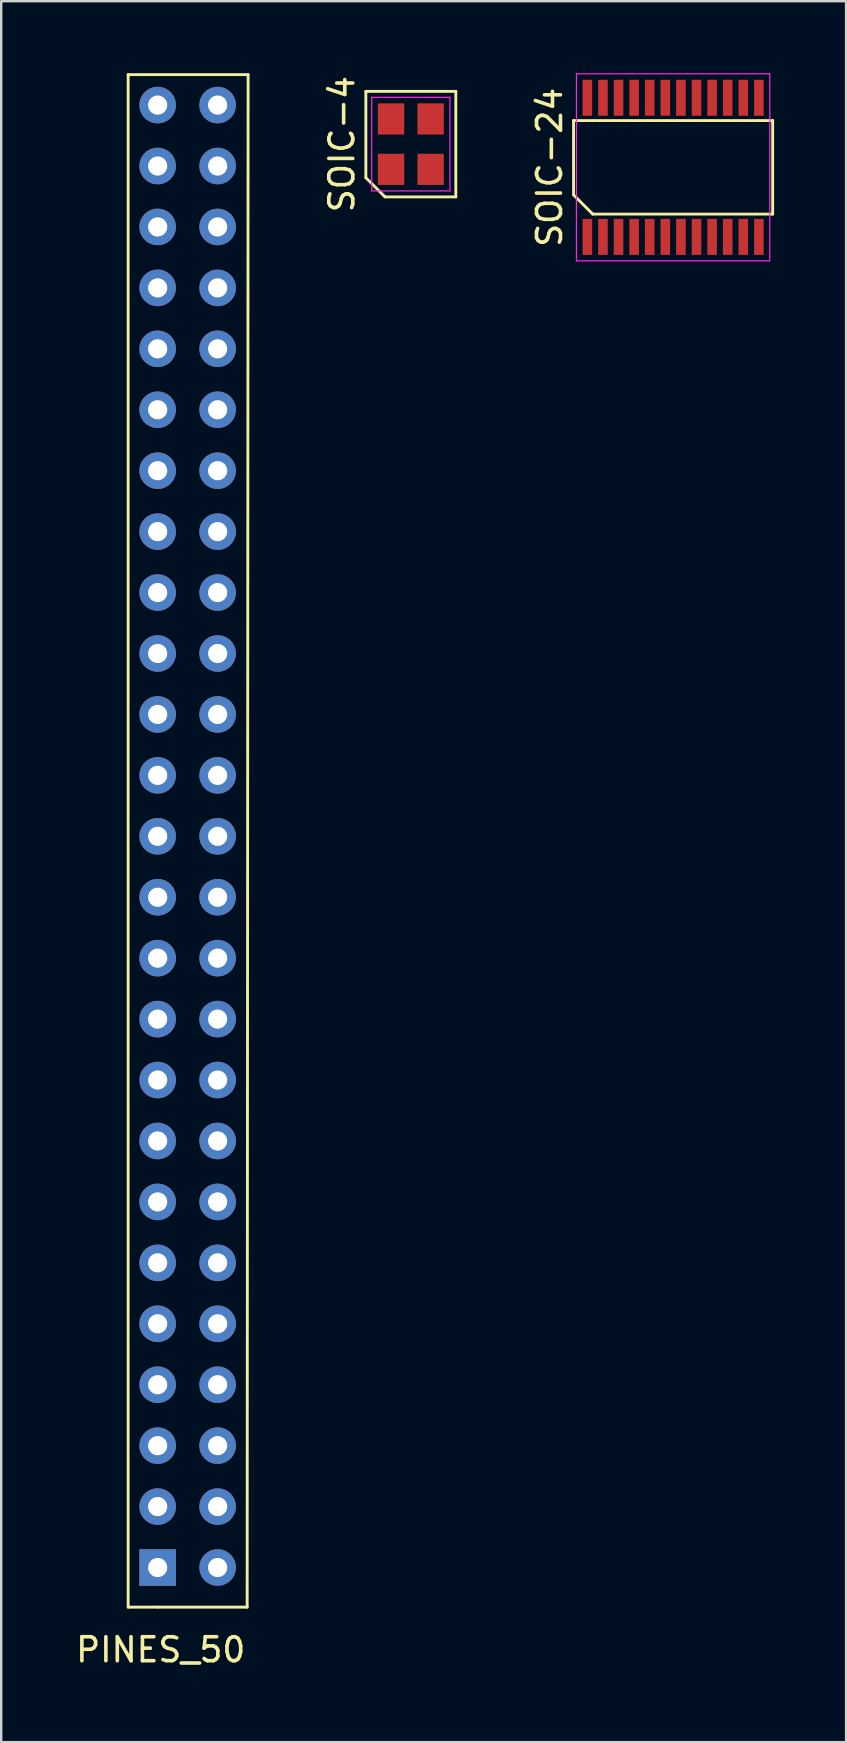
<source format=kicad_pcb>
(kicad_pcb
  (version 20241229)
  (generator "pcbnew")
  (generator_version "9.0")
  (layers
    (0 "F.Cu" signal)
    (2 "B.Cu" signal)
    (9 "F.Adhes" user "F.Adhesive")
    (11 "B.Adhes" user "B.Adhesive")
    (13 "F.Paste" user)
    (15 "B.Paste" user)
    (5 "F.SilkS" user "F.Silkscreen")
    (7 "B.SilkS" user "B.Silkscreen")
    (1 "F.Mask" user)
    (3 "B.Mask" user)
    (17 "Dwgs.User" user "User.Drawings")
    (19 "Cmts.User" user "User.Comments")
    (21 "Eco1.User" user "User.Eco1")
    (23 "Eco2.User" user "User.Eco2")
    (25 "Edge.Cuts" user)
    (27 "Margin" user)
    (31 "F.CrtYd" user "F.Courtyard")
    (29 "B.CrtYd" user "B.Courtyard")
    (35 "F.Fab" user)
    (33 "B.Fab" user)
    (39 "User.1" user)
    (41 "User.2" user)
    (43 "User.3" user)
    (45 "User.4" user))
  (footprint "SOIC-24"
    (layer "F.Cu")
    (at 25.008 3.925)
    (property "Reference" "SOIC-24" (at -5.15 0 90) (layer "F.SilkS") (effects (font (size 1 1) (thickness 0.15))))
    (attr smd)
    (fp_line (start -4.15 -1.95) (end 4.15 -1.95) (stroke (width 0.12) (type solid)) (layer "F.SilkS"))
    (fp_line (start -4.15 1.15) (end -4.15 -1.95) (stroke (width 0.12) (type solid)) (layer "F.SilkS"))
    (fp_line (start -3.35 1.95) (end -4.15 1.15) (stroke (width 0.12) (type solid)) (layer "F.SilkS"))
    (fp_line (start 4.15 -1.95) (end 4.15 1.95) (stroke (width 0.12) (type solid)) (layer "F.SilkS"))
    (fp_line (start 4.15 1.95) (end -3.35 1.95) (stroke (width 0.12) (type solid)) (layer "F.SilkS"))
    (fp_line (start -4.03 -3.9) (end 4.03 -3.9) (stroke (width 0.05) (type solid)) (layer "F.CrtYd"))
    (fp_line (start -4.03 3.9) (end -4.03 -3.9) (stroke (width 0.05) (type solid)) (layer "F.CrtYd"))
    (fp_line (start 4.03 -3.9) (end 4.03 3.9) (stroke (width 0.05) (type solid)) (layer "F.CrtYd"))
    (fp_line (start 4.03 3.9) (end -4.03 3.9) (stroke (width 0.05) (type solid)) (layer "F.CrtYd"))
    (pad "1" smd rect (at -3.575 2.9) (size 0.4 1.5) (layers "F.Cu" "F.Mask" "F.Paste"))
    (pad "2" smd rect (at -2.925 2.9) (size 0.4 1.5) (layers "F.Cu" "F.Mask" "F.Paste"))
    (pad "3" smd rect (at -2.275 2.9) (size 0.4 1.5) (layers "F.Cu" "F.Mask" "F.Paste"))
    (pad "4" smd rect (at -1.625 2.9) (size 0.4 1.5) (layers "F.Cu" "F.Mask" "F.Paste"))
    (pad "5" smd rect (at -0.975 2.9) (size 0.4 1.5) (layers "F.Cu" "F.Mask" "F.Paste"))
    (pad "6" smd rect (at -0.325 2.9) (size 0.4 1.5) (layers "F.Cu" "F.Mask" "F.Paste"))
    (pad "7" smd rect (at 0.325 2.9) (size 0.4 1.5) (layers "F.Cu" "F.Mask" "F.Paste"))
    (pad "8" smd rect (at 0.975 2.9) (size 0.4 1.5) (layers "F.Cu" "F.Mask" "F.Paste"))
    (pad "9" smd rect (at 1.625 2.9) (size 0.4 1.5) (layers "F.Cu" "F.Mask" "F.Paste"))
    (pad "10" smd rect (at 2.275 2.9) (size 0.4 1.5) (layers "F.Cu" "F.Mask" "F.Paste"))
    (pad "11" smd rect (at 2.925 2.9) (size 0.4 1.5) (layers "F.Cu" "F.Mask" "F.Paste"))
    (pad "12" smd rect (at 3.575 2.9) (size 0.4 1.5) (layers "F.Cu" "F.Mask" "F.Paste"))
    (pad "13" smd rect (at 3.575 -2.9) (size 0.4 1.5) (layers "F.Cu" "F.Mask" "F.Paste"))
    (pad "14" smd rect (at 2.925 -2.9) (size 0.4 1.5) (layers "F.Cu" "F.Mask" "F.Paste"))
    (pad "15" smd rect (at 2.275 -2.9) (size 0.4 1.5) (layers "F.Cu" "F.Mask" "F.Paste"))
    (pad "16" smd rect (at 1.625 -2.9) (size 0.4 1.5) (layers "F.Cu" "F.Mask" "F.Paste"))
    (pad "17" smd rect (at 0.975 -2.9) (size 0.4 1.5) (layers "F.Cu" "F.Mask" "F.Paste"))
    (pad "18" smd rect (at 0.325 -2.9) (size 0.4 1.5) (layers "F.Cu" "F.Mask" "F.Paste"))
    (pad "19" smd rect (at -0.325 -2.9) (size 0.4 1.5) (layers "F.Cu" "F.Mask" "F.Paste"))
    (pad "20" smd rect (at -0.975 -2.9) (size 0.4 1.5) (layers "F.Cu" "F.Mask" "F.Paste"))
    (pad "21" smd rect (at -1.625 -2.9) (size 0.4 1.5) (layers "F.Cu" "F.Mask" "F.Paste"))
    (pad "22" smd rect (at -2.275 -2.9) (size 0.4 1.5) (layers "F.Cu" "F.Mask" "F.Paste"))
    (pad "23" smd rect (at -2.925 -2.9) (size 0.4 1.5) (layers "F.Cu" "F.Mask" "F.Paste"))
    (pad "24" smd rect (at -3.575 -2.9) (size 0.4 1.5) (layers "F.Cu" "F.Mask" "F.Paste")))
  (footprint "PINES_50"
    (layer "F.Cu")
    (at 4.792 31.81)
    (property "Reference" "PINES_50" (at -1.143 33.909 0) (layer "F.SilkS") (effects (font (size 1 1) (thickness 0.15))))
    (attr through_hole)
    (fp_line (start -2.5 -31.75) (end 2.5 -31.75) (stroke (width 0.12) (type solid)) (layer "F.SilkS"))
    (fp_line (start -2.5 32.131) (end -2.5 -31.75) (stroke (width 0.12) (type solid)) (layer "F.SilkS"))
    (fp_line (start -1.27 32.131) (end -2.5 32.131) (stroke (width 0.12) (type solid)) (layer "F.SilkS"))
    (fp_line (start -1.27 32.131) (end 2.46 32.131) (stroke (width 0.12) (type solid)) (layer "F.SilkS"))
    (fp_line (start 2.5 -31.75) (end 2.46 32.131) (stroke (width 0.12) (type solid)) (layer "F.SilkS"))
    (pad "1" thru_hole rect (at -1.27 30.48) (size 1.524 1.524) (drill 0.8) (layers "*.Cu" "*.Mask"))
    (pad "2" thru_hole circle (at 1.23 30.48) (size 1.524 1.524) (drill 0.8) (layers "*.Cu" "*.Mask"))
    (pad "3" thru_hole circle (at -1.27 27.94) (size 1.524 1.524) (drill 0.8) (layers "*.Cu" "*.Mask"))
    (pad "4" thru_hole circle (at 1.23 27.94) (size 1.524 1.524) (drill 0.8) (layers "*.Cu" "*.Mask"))
    (pad "5" thru_hole circle (at -1.27 25.4) (size 1.524 1.524) (drill 0.8) (layers "*.Cu" "*.Mask"))
    (pad "6" thru_hole circle (at 1.23 25.4) (size 1.524 1.524) (drill 0.8) (layers "*.Cu" "*.Mask"))
    (pad "7" thru_hole circle (at -1.27 22.86) (size 1.524 1.524) (drill 0.8) (layers "*.Cu" "*.Mask"))
    (pad "8" thru_hole circle (at 1.23 22.86) (size 1.524 1.524) (drill 0.8) (layers "*.Cu" "*.Mask"))
    (pad "9" thru_hole circle (at -1.27 20.32) (size 1.524 1.524) (drill 0.8) (layers "*.Cu" "*.Mask"))
    (pad "10" thru_hole circle (at 1.23 20.32) (size 1.524 1.524) (drill 0.8) (layers "*.Cu" "*.Mask"))
    (pad "11" thru_hole circle (at -1.27 17.78) (size 1.524 1.524) (drill 0.8) (layers "*.Cu" "*.Mask"))
    (pad "12" thru_hole circle (at 1.23 17.78) (size 1.524 1.524) (drill 0.8) (layers "*.Cu" "*.Mask"))
    (pad "13" thru_hole circle (at -1.27 15.24) (size 1.524 1.524) (drill 0.8) (layers "*.Cu" "*.Mask"))
    (pad "14" thru_hole circle (at 1.23 15.24) (size 1.524 1.524) (drill 0.8) (layers "*.Cu" "*.Mask"))
    (pad "15" thru_hole circle (at -1.27 12.7) (size 1.524 1.524) (drill 0.8) (layers "*.Cu" "*.Mask"))
    (pad "16" thru_hole circle (at 1.23 12.7) (size 1.524 1.524) (drill 0.8) (layers "*.Cu" "*.Mask"))
    (pad "17" thru_hole circle (at -1.27 10.16) (size 1.524 1.524) (drill 0.8) (layers "*.Cu" "*.Mask"))
    (pad "18" thru_hole circle (at 1.23 10.16) (size 1.524 1.524) (drill 0.8) (layers "*.Cu" "*.Mask"))
    (pad "19" thru_hole circle (at -1.27 7.62) (size 1.524 1.524) (drill 0.8) (layers "*.Cu" "*.Mask"))
    (pad "20" thru_hole circle (at 1.23 7.62) (size 1.524 1.524) (drill 0.8) (layers "*.Cu" "*.Mask"))
    (pad "21" thru_hole circle (at -1.27 5.08) (size 1.524 1.524) (drill 0.8) (layers "*.Cu" "*.Mask"))
    (pad "22" thru_hole circle (at 1.23 5.08) (size 1.524 1.524) (drill 0.8) (layers "*.Cu" "*.Mask"))
    (pad "23" thru_hole circle (at -1.27 2.54) (size 1.524 1.524) (drill 0.8) (layers "*.Cu" "*.Mask"))
    (pad "24" thru_hole circle (at 1.23 2.54) (size 1.524 1.524) (drill 0.8) (layers "*.Cu" "*.Mask"))
    (pad "25" thru_hole circle (at -1.27 0) (size 1.524 1.524) (drill 0.8) (layers "*.Cu" "*.Mask"))
    (pad "26" thru_hole circle (at 1.23 0) (size 1.524 1.524) (drill 0.8) (layers "*.Cu" "*.Mask"))
    (pad "27" thru_hole circle (at -1.27 -2.54) (size 1.524 1.524) (drill 0.8) (layers "*.Cu" "*.Mask"))
    (pad "28" thru_hole circle (at 1.23 -2.54) (size 1.524 1.524) (drill 0.8) (layers "*.Cu" "*.Mask"))
    (pad "29" thru_hole circle (at -1.27 -5.08) (size 1.524 1.524) (drill 0.8) (layers "*.Cu" "*.Mask"))
    (pad "30" thru_hole circle (at 1.23 -5.08) (size 1.524 1.524) (drill 0.8) (layers "*.Cu" "*.Mask"))
    (pad "31" thru_hole circle (at -1.27 -7.62) (size 1.524 1.524) (drill 0.8) (layers "*.Cu" "*.Mask"))
    (pad "32" thru_hole circle (at 1.23 -7.62) (size 1.524 1.524) (drill 0.8) (layers "*.Cu" "*.Mask"))
    (pad "33" thru_hole circle (at -1.27 -10.16) (size 1.524 1.524) (drill 0.8) (layers "*.Cu" "*.Mask"))
    (pad "34" thru_hole circle (at 1.23 -10.16) (size 1.524 1.524) (drill 0.8) (layers "*.Cu" "*.Mask"))
    (pad "35" thru_hole circle (at -1.27 -12.7) (size 1.524 1.524) (drill 0.8) (layers "*.Cu" "*.Mask"))
    (pad "36" thru_hole circle (at 1.23 -12.7) (size 1.524 1.524) (drill 0.8) (layers "*.Cu" "*.Mask"))
    (pad "37" thru_hole circle (at -1.27 -15.24) (size 1.524 1.524) (drill 0.8) (layers "*.Cu" "*.Mask"))
    (pad "38" thru_hole circle (at 1.23 -15.24) (size 1.524 1.524) (drill 0.8) (layers "*.Cu" "*.Mask"))
    (pad "39" thru_hole circle (at -1.27 -17.78) (size 1.524 1.524) (drill 0.8) (layers "*.Cu" "*.Mask"))
    (pad "40" thru_hole circle (at 1.23 -17.78) (size 1.524 1.524) (drill 0.8) (layers "*.Cu" "*.Mask"))
    (pad "41" thru_hole circle (at -1.27 -20.32) (size 1.524 1.524) (drill 0.8) (layers "*.Cu" "*.Mask"))
    (pad "42" thru_hole circle (at 1.23 -20.32) (size 1.524 1.524) (drill 0.8) (layers "*.Cu" "*.Mask"))
    (pad "43" thru_hole circle (at -1.27 -22.86) (size 1.524 1.524) (drill 0.8) (layers "*.Cu" "*.Mask"))
    (pad "44" thru_hole circle (at 1.23 -22.86) (size 1.524 1.524) (drill 0.8) (layers "*.Cu" "*.Mask"))
    (pad "45" thru_hole circle (at -1.27 -25.4) (size 1.524 1.524) (drill 0.8) (layers "*.Cu" "*.Mask"))
    (pad "46" thru_hole circle (at 1.23 -25.4) (size 1.524 1.524) (drill 0.8) (layers "*.Cu" "*.Mask"))
    (pad "47" thru_hole circle (at -1.27 -27.94) (size 1.524 1.524) (drill 0.8) (layers "*.Cu" "*.Mask"))
    (pad "48" thru_hole circle (at 1.23 -27.94) (size 1.524 1.524) (drill 0.8) (layers "*.Cu" "*.Mask"))
    (pad "49" thru_hole circle (at -1.27 -30.48) (size 1.524 1.524) (drill 0.8) (layers "*.Cu" "*.Mask"))
    (pad "50" thru_hole circle (at 1.23 -30.48) (size 1.524 1.524) (drill 0.8) (layers "*.Cu" "*.Mask")))
  (footprint "SOIC-4"
    (layer "F.Cu")
    (at 14.075 2.958)
    (property "Reference" "SOIC-4" (at -2.875 0 90) (layer "F.SilkS") (effects (font (size 1 1) (thickness 0.15))))
    (attr smd)
    (fp_line (start -1.875 -2.2) (end 1.875 -2.2) (stroke (width 0.12) (type solid)) (layer "F.SilkS"))
    (fp_line (start -1.875 1.4) (end -1.875 -2.2) (stroke (width 0.12) (type solid)) (layer "F.SilkS"))
    (fp_line (start -1.075 2.2) (end -1.875 1.4) (stroke (width 0.12) (type solid)) (layer "F.SilkS"))
    (fp_line (start 1.875 -2.2) (end 1.875 2.2) (stroke (width 0.12) (type solid)) (layer "F.SilkS"))
    (fp_line (start 1.875 2.2) (end -1.075 2.2) (stroke (width 0.12) (type solid)) (layer "F.SilkS"))
    (fp_line (start -1.63 -1.95) (end 1.63 -1.95) (stroke (width 0.05) (type solid)) (layer "F.CrtYd"))
    (fp_line (start -1.63 1.95) (end -1.63 -1.95) (stroke (width 0.05) (type solid)) (layer "F.CrtYd"))
    (fp_line (start 1.63 -1.95) (end 1.63 1.95) (stroke (width 0.05) (type solid)) (layer "F.CrtYd"))
    (fp_line (start 1.63 1.95) (end -1.63 1.95) (stroke (width 0.05) (type solid)) (layer "F.CrtYd"))
    (pad "1" smd rect (at -0.825 1.05) (size 1.1 1.3) (layers "F.Cu" "F.Mask" "F.Paste"))
    (pad "2" smd rect (at 0.825 1.05) (size 1.1 1.3) (layers "F.Cu" "F.Mask" "F.Paste"))
    (pad "3" smd rect (at 0.825 -1.05) (size 1.1 1.3) (layers "F.Cu" "F.Mask" "F.Paste"))
    (pad "4" smd rect (at -0.825 -1.05) (size 1.1 1.3) (layers "F.Cu" "F.Mask" "F.Paste")))
  (gr_rect
    (start -3 -3)
    (end 32.218 69.567)
    (stroke (width 0.1) (type default))
    (fill no)
    (layer "Edge.Cuts")))
</source>
